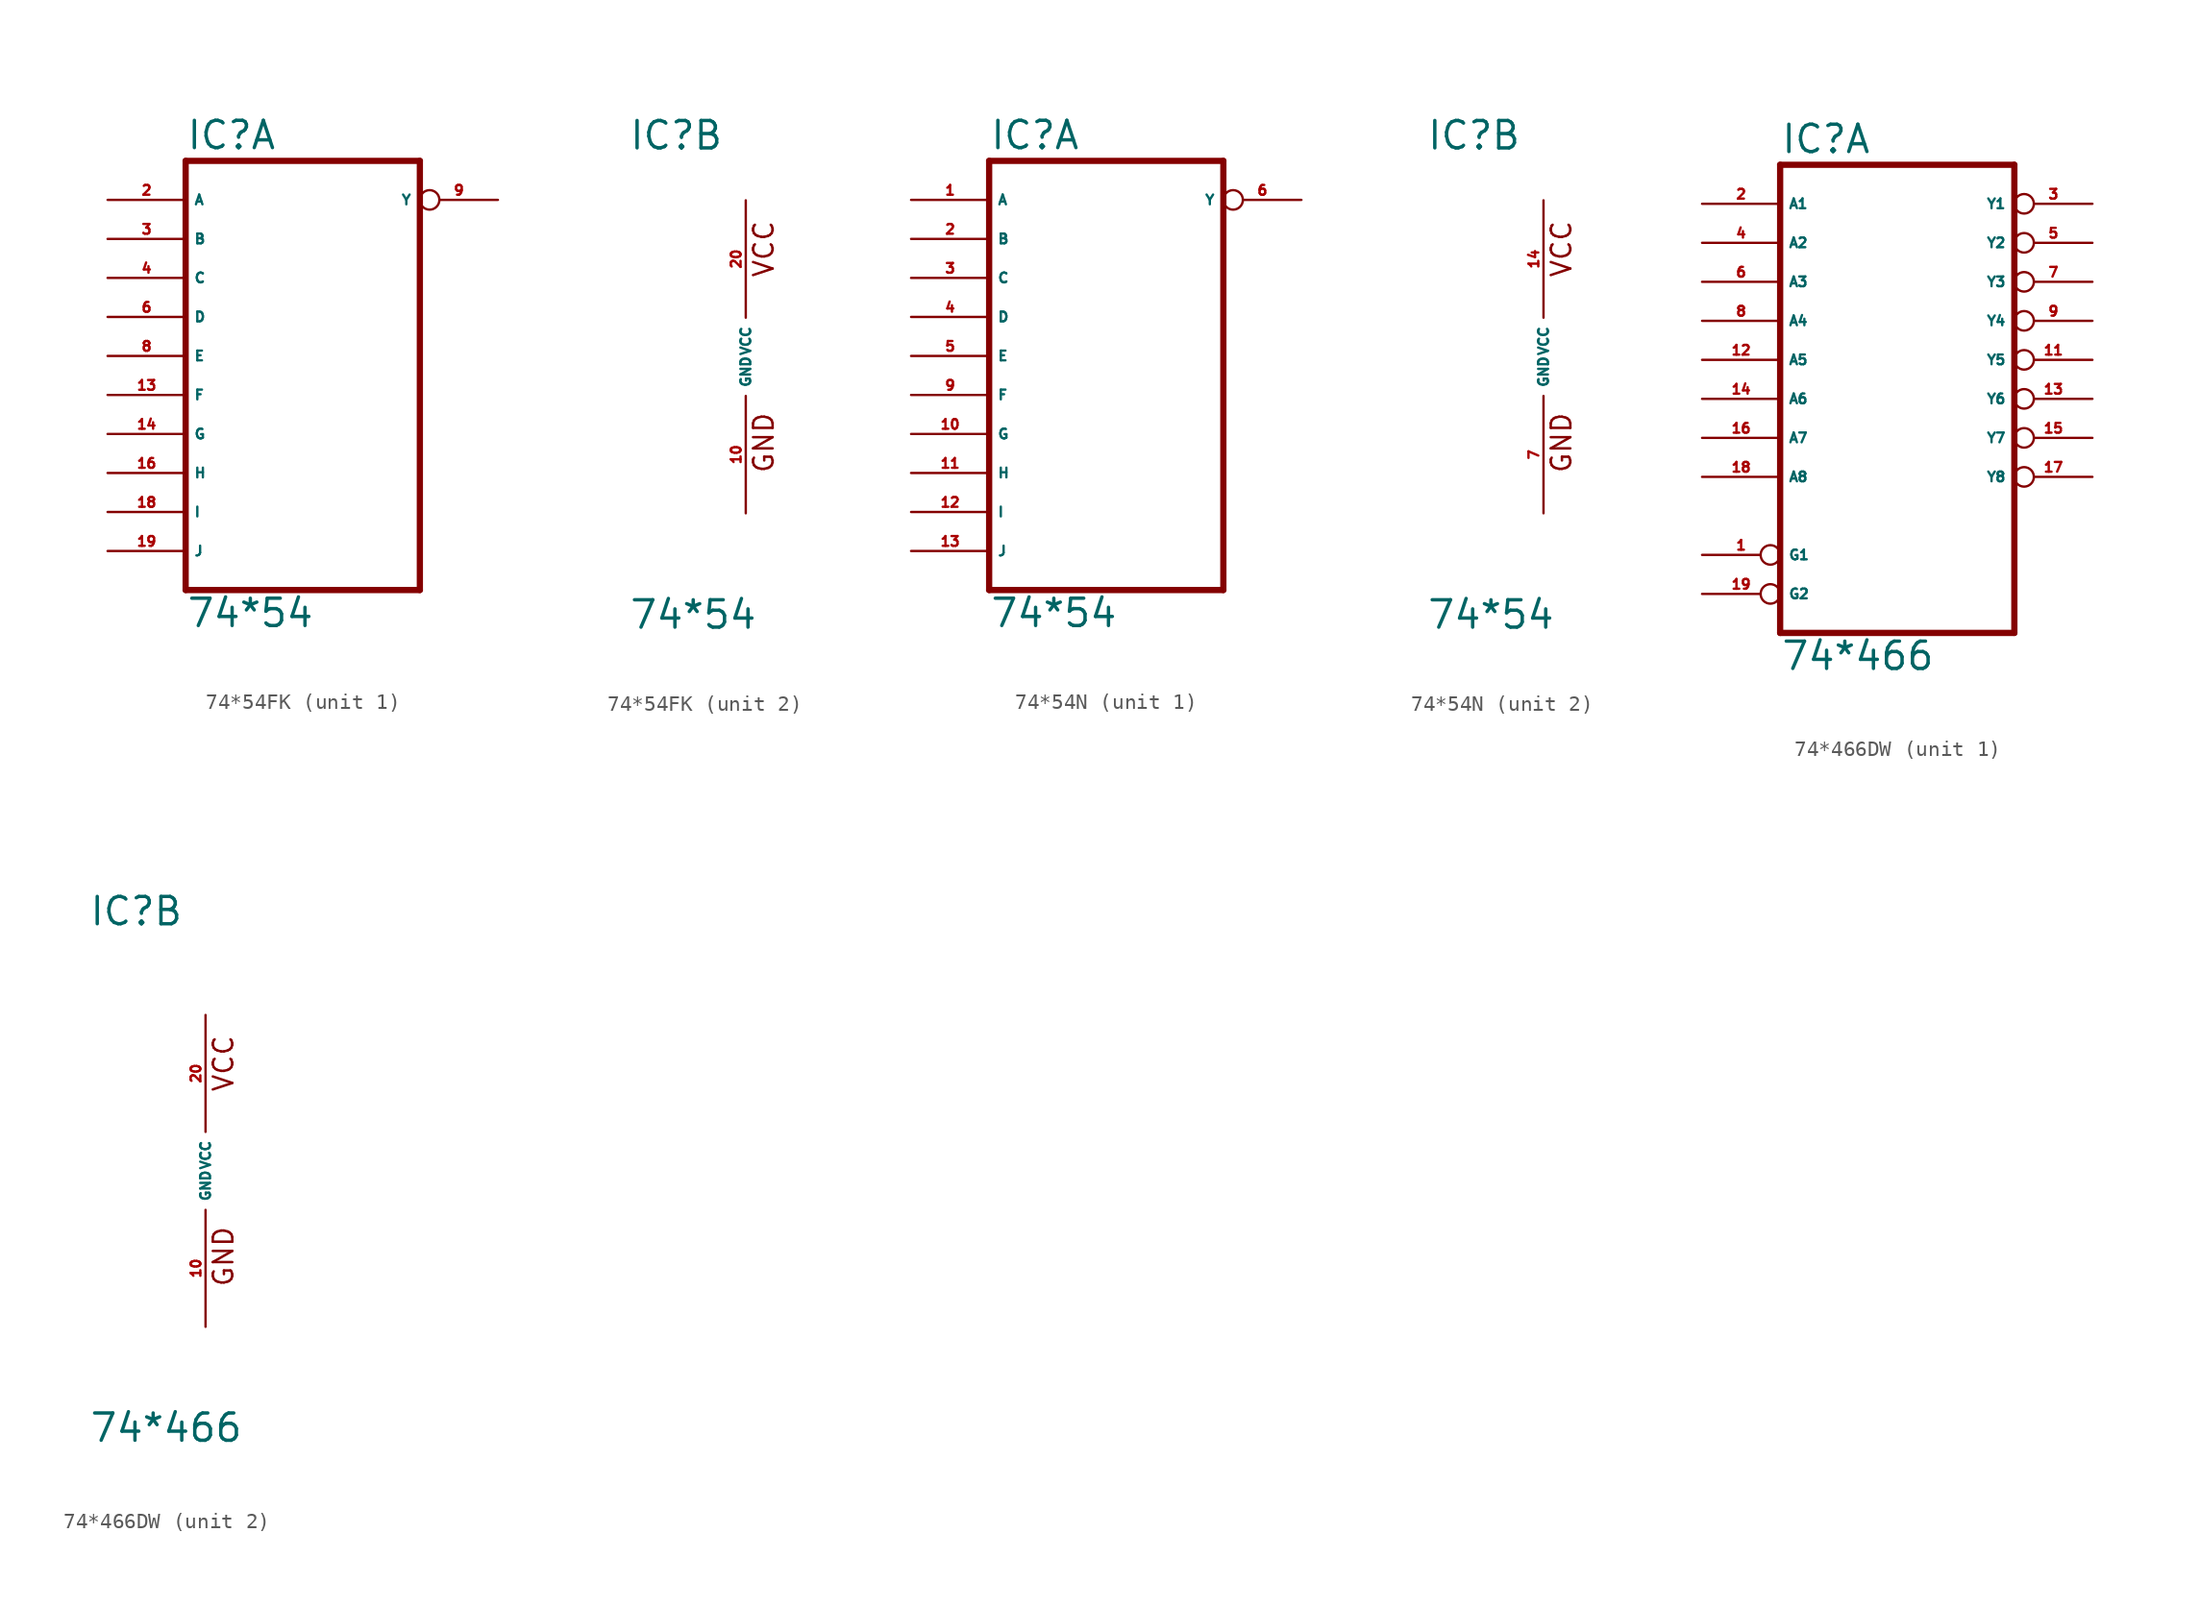
<source format=kicad_sym>
(kicad_symbol_lib
  (version 20220914)
  (generator Eagle2Kicad)
  (symbol "74*54FK"
    (property "Reference" "IC"
      (at -7.62 13.335 0)
      (effects (font (size 1.778 1.778) (thickness 0.22)) (justify left bottom)))
    (property "Value" "74*54"
      (at -7.62 -17.78 0)
      (effects (font (size 1.778 1.778) (thickness 0.22)) (justify left bottom)))
    (symbol "74*54FK_1_0"
      (polyline (pts (xy -7.62 -15.24) (xy 7.62 -15.24)) (stroke (width 0.406) (type default)) (fill (type none)))
      (polyline (pts (xy 7.62 -15.24) (xy 7.62 12.7)) (stroke (width 0.406) (type default)) (fill (type none)))
      (polyline (pts (xy 7.62 12.7) (xy -7.62 12.7)) (stroke (width 0.406) (type default)) (fill (type none)))
      (polyline (pts (xy -7.62 12.7) (xy -7.62 -15.24)) (stroke (width 0.406) (type default)) (fill (type none)))
      (pin input line (at -12.7 10.16 0) (length 5.08) (name "A" (effects (font (size 0.635 0.635) (thickness 0.08)) (justify left bottom))) (number "2" (effects (font (size 0.635 0.635) (thickness 0.08)) (justify left bottom))))
      (pin input line (at -12.7 7.62 0) (length 5.08) (name "B" (effects (font (size 0.635 0.635) (thickness 0.08)) (justify left bottom))) (number "3" (effects (font (size 0.635 0.635) (thickness 0.08)) (justify left bottom))))
      (pin input line (at -12.7 5.08 0) (length 5.08) (name "C" (effects (font (size 0.635 0.635) (thickness 0.08)) (justify left bottom))) (number "4" (effects (font (size 0.635 0.635) (thickness 0.08)) (justify left bottom))))
      (pin input line (at -12.7 2.54 0) (length 5.08) (name "D" (effects (font (size 0.635 0.635) (thickness 0.08)) (justify left bottom))) (number "6" (effects (font (size 0.635 0.635) (thickness 0.08)) (justify left bottom))))
      (pin input line (at -12.7 0 0) (length 5.08) (name "E" (effects (font (size 0.635 0.635) (thickness 0.08)) (justify left bottom))) (number "8" (effects (font (size 0.635 0.635) (thickness 0.08)) (justify left bottom))))
      (pin output inverted (at 12.7 10.16 180) (length 5.08) (name "Y" (effects (font (size 0.635 0.635) (thickness 0.08)) (justify left bottom))) (number "9" (effects (font (size 0.635 0.635) (thickness 0.08)) (justify left bottom))))
      (pin input line (at -12.7 -2.54 0) (length 5.08) (name "F" (effects (font (size 0.635 0.635) (thickness 0.08)) (justify left bottom))) (number "13" (effects (font (size 0.635 0.635) (thickness 0.08)) (justify left bottom))))
      (pin input line (at -12.7 -5.08 0) (length 5.08) (name "G" (effects (font (size 0.635 0.635) (thickness 0.08)) (justify left bottom))) (number "14" (effects (font (size 0.635 0.635) (thickness 0.08)) (justify left bottom))))
      (pin input line (at -12.7 -7.62 0) (length 5.08) (name "H" (effects (font (size 0.635 0.635) (thickness 0.08)) (justify left bottom))) (number "16" (effects (font (size 0.635 0.635) (thickness 0.08)) (justify left bottom))))
      (pin input line (at -12.7 -10.16 0) (length 5.08) (name "I" (effects (font (size 0.635 0.635) (thickness 0.08)) (justify left bottom))) (number "18" (effects (font (size 0.635 0.635) (thickness 0.08)) (justify left bottom))))
      (pin input line (at -12.7 -12.7 0) (length 5.08) (name "J" (effects (font (size 0.635 0.635) (thickness 0.08)) (justify left bottom))) (number "19" (effects (font (size 0.635 0.635) (thickness 0.08)) (justify left bottom)))))
    (symbol "74*54FK_2_0"
      (text "GND" (at 1.905 -7.62 900) (effects (font (size 1.27 1.27) (thickness 0.16)) (justify left bottom)))
      (text "VCC" (at 1.905 5.08 900) (effects (font (size 1.27 1.27) (thickness 0.16)) (justify left bottom)))
      (pin unspecified line (at 0 -10.16 90) (length 7.62) (name "GND" (effects (font (size 0.635 0.635) (thickness 0.08)) (justify left bottom))) (number "10" (effects (font (size 0.635 0.635) (thickness 0.08)) (justify left bottom))))
      (pin unspecified line (at 0 10.16 270) (length 7.62) (name "VCC" (effects (font (size 0.635 0.635) (thickness 0.08)) (justify left bottom))) (number "20" (effects (font (size 0.635 0.635) (thickness 0.08)) (justify left bottom))))))
  (symbol "74*54N"
    (property "Reference" "IC"
      (at -7.62 13.335 0)
      (effects (font (size 1.778 1.778) (thickness 0.22)) (justify left bottom)))
    (property "Value" "74*54"
      (at -7.62 -17.78 0)
      (effects (font (size 1.778 1.778) (thickness 0.22)) (justify left bottom)))
    (symbol "74*54N_1_0"
      (polyline (pts (xy -7.62 -15.24) (xy 7.62 -15.24)) (stroke (width 0.406) (type default)) (fill (type none)))
      (polyline (pts (xy 7.62 -15.24) (xy 7.62 12.7)) (stroke (width 0.406) (type default)) (fill (type none)))
      (polyline (pts (xy 7.62 12.7) (xy -7.62 12.7)) (stroke (width 0.406) (type default)) (fill (type none)))
      (polyline (pts (xy -7.62 12.7) (xy -7.62 -15.24)) (stroke (width 0.406) (type default)) (fill (type none)))
      (pin input line (at -12.7 10.16 0) (length 5.08) (name "A" (effects (font (size 0.635 0.635) (thickness 0.08)) (justify left bottom))) (number "1" (effects (font (size 0.635 0.635) (thickness 0.08)) (justify left bottom))))
      (pin input line (at -12.7 7.62 0) (length 5.08) (name "B" (effects (font (size 0.635 0.635) (thickness 0.08)) (justify left bottom))) (number "2" (effects (font (size 0.635 0.635) (thickness 0.08)) (justify left bottom))))
      (pin input line (at -12.7 5.08 0) (length 5.08) (name "C" (effects (font (size 0.635 0.635) (thickness 0.08)) (justify left bottom))) (number "3" (effects (font (size 0.635 0.635) (thickness 0.08)) (justify left bottom))))
      (pin input line (at -12.7 2.54 0) (length 5.08) (name "D" (effects (font (size 0.635 0.635) (thickness 0.08)) (justify left bottom))) (number "4" (effects (font (size 0.635 0.635) (thickness 0.08)) (justify left bottom))))
      (pin input line (at -12.7 0 0) (length 5.08) (name "E" (effects (font (size 0.635 0.635) (thickness 0.08)) (justify left bottom))) (number "5" (effects (font (size 0.635 0.635) (thickness 0.08)) (justify left bottom))))
      (pin output inverted (at 12.7 10.16 180) (length 5.08) (name "Y" (effects (font (size 0.635 0.635) (thickness 0.08)) (justify left bottom))) (number "6" (effects (font (size 0.635 0.635) (thickness 0.08)) (justify left bottom))))
      (pin input line (at -12.7 -2.54 0) (length 5.08) (name "F" (effects (font (size 0.635 0.635) (thickness 0.08)) (justify left bottom))) (number "9" (effects (font (size 0.635 0.635) (thickness 0.08)) (justify left bottom))))
      (pin input line (at -12.7 -5.08 0) (length 5.08) (name "G" (effects (font (size 0.635 0.635) (thickness 0.08)) (justify left bottom))) (number "10" (effects (font (size 0.635 0.635) (thickness 0.08)) (justify left bottom))))
      (pin input line (at -12.7 -7.62 0) (length 5.08) (name "H" (effects (font (size 0.635 0.635) (thickness 0.08)) (justify left bottom))) (number "11" (effects (font (size 0.635 0.635) (thickness 0.08)) (justify left bottom))))
      (pin input line (at -12.7 -10.16 0) (length 5.08) (name "I" (effects (font (size 0.635 0.635) (thickness 0.08)) (justify left bottom))) (number "12" (effects (font (size 0.635 0.635) (thickness 0.08)) (justify left bottom))))
      (pin input line (at -12.7 -12.7 0) (length 5.08) (name "J" (effects (font (size 0.635 0.635) (thickness 0.08)) (justify left bottom))) (number "13" (effects (font (size 0.635 0.635) (thickness 0.08)) (justify left bottom)))))
    (symbol "74*54N_2_0"
      (text "GND" (at 1.905 -7.62 900) (effects (font (size 1.27 1.27) (thickness 0.16)) (justify left bottom)))
      (text "VCC" (at 1.905 5.08 900) (effects (font (size 1.27 1.27) (thickness 0.16)) (justify left bottom)))
      (pin unspecified line (at 0 -10.16 90) (length 7.62) (name "GND" (effects (font (size 0.635 0.635) (thickness 0.08)) (justify left bottom))) (number "7" (effects (font (size 0.635 0.635) (thickness 0.08)) (justify left bottom))))
      (pin unspecified line (at 0 10.16 270) (length 7.62) (name "VCC" (effects (font (size 0.635 0.635) (thickness 0.08)) (justify left bottom))) (number "14" (effects (font (size 0.635 0.635) (thickness 0.08)) (justify left bottom))))))
  (symbol "74*466DW"
    (property "Reference" "IC"
      (at -7.62 15.875 0)
      (effects (font (size 1.778 1.778) (thickness 0.22)) (justify left bottom)))
    (property "Value" "74*466"
      (at -7.62 -17.78 0)
      (effects (font (size 1.778 1.778) (thickness 0.22)) (justify left bottom)))
    (symbol "74*466DW_1_0"
      (polyline (pts (xy -7.62 -15.24) (xy 7.62 -15.24)) (stroke (width 0.406) (type default)) (fill (type none)))
      (polyline (pts (xy 7.62 -15.24) (xy 7.62 15.24)) (stroke (width 0.406) (type default)) (fill (type none)))
      (polyline (pts (xy 7.62 15.24) (xy -7.62 15.24)) (stroke (width 0.406) (type default)) (fill (type none)))
      (polyline (pts (xy -7.62 15.24) (xy -7.62 -15.24)) (stroke (width 0.406) (type default)) (fill (type none)))
      (pin input inverted (at -12.7 -10.16 0) (length 5.08) (name "G1" (effects (font (size 0.635 0.635) (thickness 0.08)) (justify left bottom))) (number "1" (effects (font (size 0.635 0.635) (thickness 0.08)) (justify left bottom))))
      (pin input line (at -12.7 12.7 0) (length 5.08) (name "A1" (effects (font (size 0.635 0.635) (thickness 0.08)) (justify left bottom))) (number "2" (effects (font (size 0.635 0.635) (thickness 0.08)) (justify left bottom))))
      (pin tri_state inverted (at 12.7 12.7 180) (length 5.08) (name "Y1" (effects (font (size 0.635 0.635) (thickness 0.08)) (justify left bottom))) (number "3" (effects (font (size 0.635 0.635) (thickness 0.08)) (justify left bottom))))
      (pin input line (at -12.7 10.16 0) (length 5.08) (name "A2" (effects (font (size 0.635 0.635) (thickness 0.08)) (justify left bottom))) (number "4" (effects (font (size 0.635 0.635) (thickness 0.08)) (justify left bottom))))
      (pin tri_state inverted (at 12.7 10.16 180) (length 5.08) (name "Y2" (effects (font (size 0.635 0.635) (thickness 0.08)) (justify left bottom))) (number "5" (effects (font (size 0.635 0.635) (thickness 0.08)) (justify left bottom))))
      (pin input line (at -12.7 7.62 0) (length 5.08) (name "A3" (effects (font (size 0.635 0.635) (thickness 0.08)) (justify left bottom))) (number "6" (effects (font (size 0.635 0.635) (thickness 0.08)) (justify left bottom))))
      (pin tri_state inverted (at 12.7 7.62 180) (length 5.08) (name "Y3" (effects (font (size 0.635 0.635) (thickness 0.08)) (justify left bottom))) (number "7" (effects (font (size 0.635 0.635) (thickness 0.08)) (justify left bottom))))
      (pin input line (at -12.7 5.08 0) (length 5.08) (name "A4" (effects (font (size 0.635 0.635) (thickness 0.08)) (justify left bottom))) (number "8" (effects (font (size 0.635 0.635) (thickness 0.08)) (justify left bottom))))
      (pin tri_state inverted (at 12.7 5.08 180) (length 5.08) (name "Y4" (effects (font (size 0.635 0.635) (thickness 0.08)) (justify left bottom))) (number "9" (effects (font (size 0.635 0.635) (thickness 0.08)) (justify left bottom))))
      (pin tri_state inverted (at 12.7 2.54 180) (length 5.08) (name "Y5" (effects (font (size 0.635 0.635) (thickness 0.08)) (justify left bottom))) (number "11" (effects (font (size 0.635 0.635) (thickness 0.08)) (justify left bottom))))
      (pin input line (at -12.7 2.54 0) (length 5.08) (name "A5" (effects (font (size 0.635 0.635) (thickness 0.08)) (justify left bottom))) (number "12" (effects (font (size 0.635 0.635) (thickness 0.08)) (justify left bottom))))
      (pin tri_state inverted (at 12.7 0 180) (length 5.08) (name "Y6" (effects (font (size 0.635 0.635) (thickness 0.08)) (justify left bottom))) (number "13" (effects (font (size 0.635 0.635) (thickness 0.08)) (justify left bottom))))
      (pin input line (at -12.7 0 0) (length 5.08) (name "A6" (effects (font (size 0.635 0.635) (thickness 0.08)) (justify left bottom))) (number "14" (effects (font (size 0.635 0.635) (thickness 0.08)) (justify left bottom))))
      (pin tri_state inverted (at 12.7 -2.54 180) (length 5.08) (name "Y7" (effects (font (size 0.635 0.635) (thickness 0.08)) (justify left bottom))) (number "15" (effects (font (size 0.635 0.635) (thickness 0.08)) (justify left bottom))))
      (pin input line (at -12.7 -2.54 0) (length 5.08) (name "A7" (effects (font (size 0.635 0.635) (thickness 0.08)) (justify left bottom))) (number "16" (effects (font (size 0.635 0.635) (thickness 0.08)) (justify left bottom))))
      (pin tri_state inverted (at 12.7 -5.08 180) (length 5.08) (name "Y8" (effects (font (size 0.635 0.635) (thickness 0.08)) (justify left bottom))) (number "17" (effects (font (size 0.635 0.635) (thickness 0.08)) (justify left bottom))))
      (pin input line (at -12.7 -5.08 0) (length 5.08) (name "A8" (effects (font (size 0.635 0.635) (thickness 0.08)) (justify left bottom))) (number "18" (effects (font (size 0.635 0.635) (thickness 0.08)) (justify left bottom))))
      (pin input inverted (at -12.7 -12.7 0) (length 5.08) (name "G2" (effects (font (size 0.635 0.635) (thickness 0.08)) (justify left bottom))) (number "19" (effects (font (size 0.635 0.635) (thickness 0.08)) (justify left bottom)))))
    (symbol "74*466DW_2_0"
      (text "GND" (at 1.905 -7.62 900) (effects (font (size 1.27 1.27) (thickness 0.16)) (justify left bottom)))
      (text "VCC" (at 1.905 5.08 900) (effects (font (size 1.27 1.27) (thickness 0.16)) (justify left bottom)))
      (pin unspecified line (at 0 -10.16 90) (length 7.62) (name "GND" (effects (font (size 0.635 0.635) (thickness 0.08)) (justify left bottom))) (number "10" (effects (font (size 0.635 0.635) (thickness 0.08)) (justify left bottom))))
      (pin unspecified line (at 0 10.16 270) (length 7.62) (name "VCC" (effects (font (size 0.635 0.635) (thickness 0.08)) (justify left bottom))) (number "20" (effects (font (size 0.635 0.635) (thickness 0.08)) (justify left bottom)))))))
</source>
